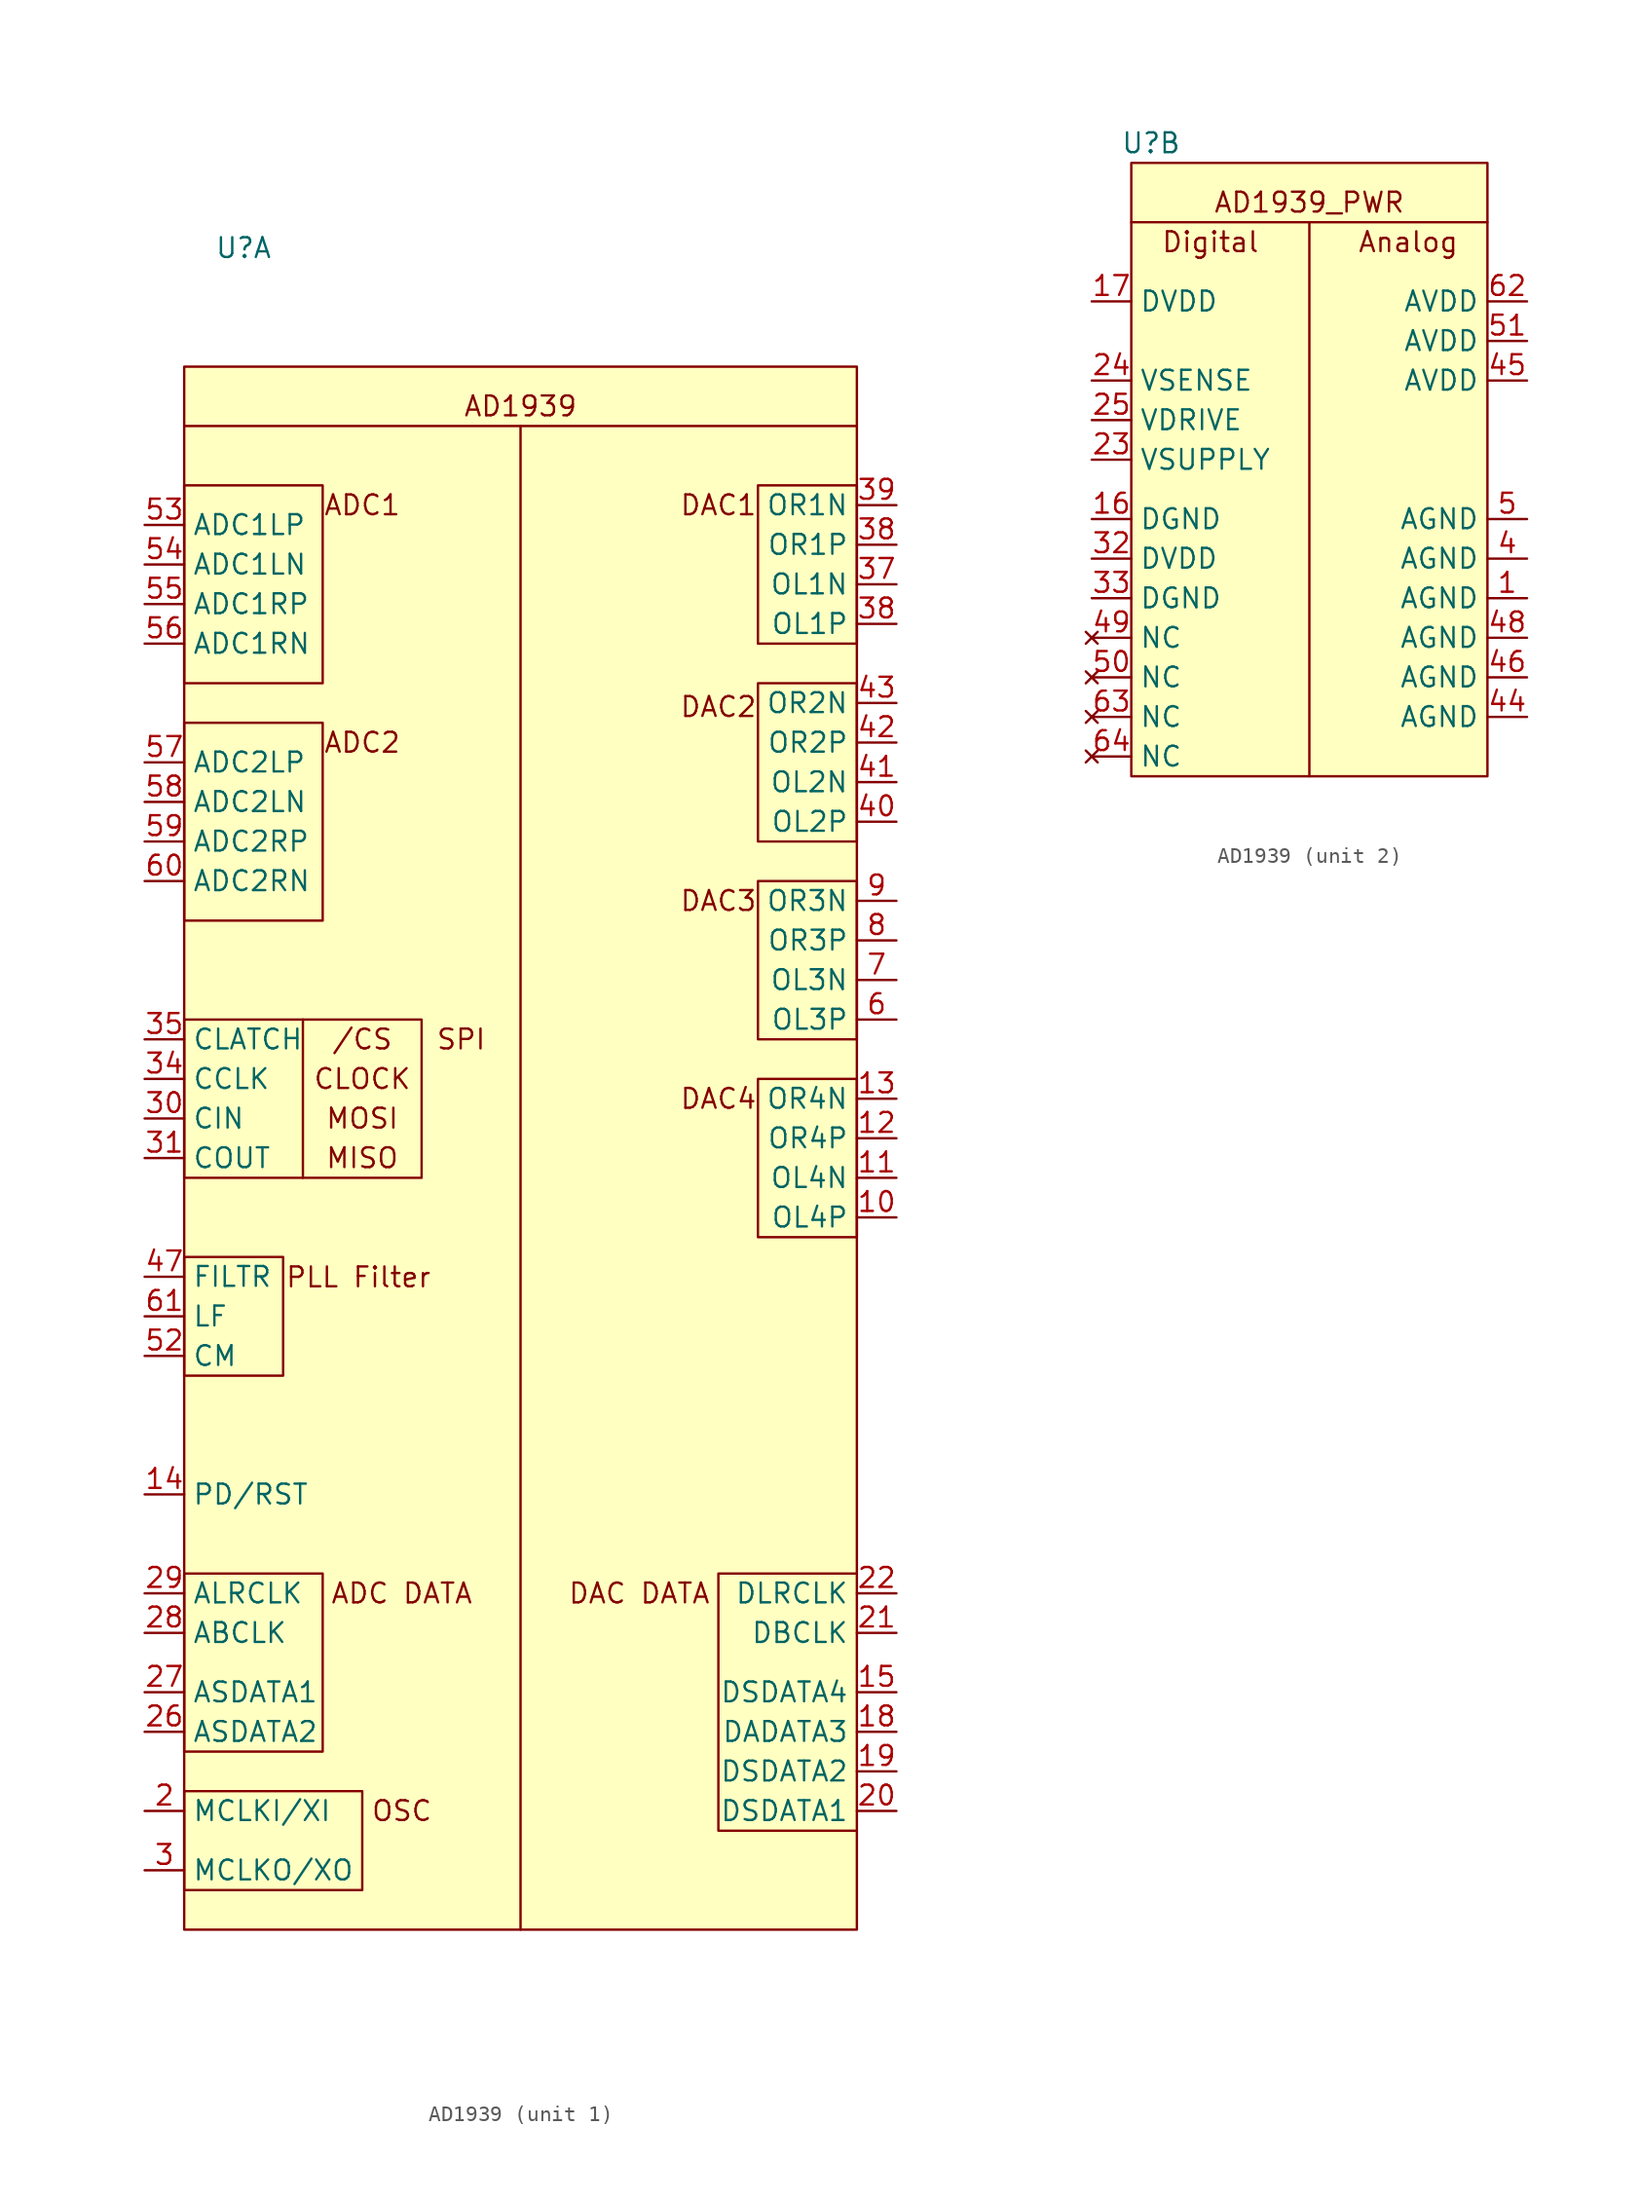
<source format=kicad_sym>
(kicad_symbol_lib
  (version 20220914)
  (generator kicad_symbol_editor)
  (symbol "AD1939"
    (property "Reference" "U"
      (at -10.16 5.08 0)
      (effects (font (size 1.27 1.27))))
    (property "Value" ""
      (at 0 0 0)
      (effects (font (size 1.27 1.27))))
    (property "ki_locked" ""
      (at 0 0 0)
      (effects (font (size 1.27 1.27))))
    (symbol "AD1939_1_1"
      (rectangle (start -13.97 -93.98) (end -2.54 -100.33) (stroke (width 0) (type default)) (fill (type none)))
      (rectangle (start -13.97 -80.01) (end -5.08 -91.44) (stroke (width 0) (type default)) (fill (type none)))
      (rectangle (start -13.97 -59.69) (end -7.62 -67.31) (stroke (width 0) (type default)) (fill (type none)))
      (rectangle (start -13.97 -44.45) (end -6.35 -54.61) (stroke (width 0) (type default)) (fill (type none)))
      (rectangle (start -13.97 -25.4) (end -5.08 -38.1) (stroke (width 0) (type default)) (fill (type none)))
      (rectangle (start -13.97 -10.16) (end -5.08 -22.86) (stroke (width 0) (type default)) (fill (type none)))
      (rectangle (start -13.97 -2.54) (end 29.21 -102.87) (stroke (width 0) (type default)) (fill (type background)))
      (polyline (pts (xy -13.97 -6.35) (xy 29.21 -6.35)) (stroke (width 0) (type default)) (fill (type none)))
      (polyline (pts (xy 7.62 -6.35) (xy 7.62 -102.87)) (stroke (width 0) (type default)) (fill (type none)))
      (polyline (pts (xy -6.35 -44.45) (xy 1.27 -44.45) (xy 1.27 -54.61) (xy -6.35 -54.61)) (stroke (width 0) (type default)) (fill (type none)))
      (polyline (pts (xy 29.21 -80.01) (xy 20.32 -80.01) (xy 20.32 -96.52) (xy 29.21 -96.52)) (stroke (width 0) (type default)) (fill (type none)))
      (rectangle (start 22.86 -48.26) (end 29.21 -58.42) (stroke (width 0) (type default)) (fill (type none)))
      (rectangle (start 22.86 -35.56) (end 29.21 -45.72) (stroke (width 0) (type default)) (fill (type none)))
      (rectangle (start 22.86 -22.86) (end 29.21 -33.02) (stroke (width 0) (type default)) (fill (type none)))
      (rectangle (start 22.86 -10.16) (end 29.21 -20.32) (stroke (width 0) (type default)) (fill (type none)))
      (text "/CS" (at -2.54 -45.72 0) (effects (font (size 1.27 1.27))))
      (text "AD1939" (at 7.62 -5.08 0) (effects (font (size 1.27 1.27))))
      (text "ADC DATA" (at 0 -81.28 0) (effects (font (size 1.27 1.27))))
      (text "ADC1\n" (at -2.54 -11.43 0) (effects (font (size 1.27 1.27))))
      (text "ADC2\n" (at -2.54 -26.67 0) (effects (font (size 1.27 1.27))))
      (text "CLOCK" (at -2.54 -48.26 0) (effects (font (size 1.27 1.27))))
      (text "DAC DATA" (at 15.24 -81.28 0) (effects (font (size 1.27 1.27))))
      (text "DAC1\n" (at 20.32 -11.43 0) (effects (font (size 1.27 1.27))))
      (text "DAC2\n\n" (at 20.32 -25.4 0) (effects (font (size 1.27 1.27))))
      (text "DAC3\n" (at 20.32 -36.83 0) (effects (font (size 1.27 1.27))))
      (text "DAC4\n" (at 20.32 -49.53 0) (effects (font (size 1.27 1.27))))
      (text "MISO" (at -2.54 -53.34 0) (effects (font (size 1.27 1.27))))
      (text "MOSI" (at -2.54 -50.8 0) (effects (font (size 1.27 1.27))))
      (text "OSC" (at 0 -95.25 0) (effects (font (size 1.27 1.27))))
      (text "PLL Filter" (at -2.784 -60.989 0) (effects (font (size 1.27 1.27))))
      (text "SPI\n" (at 3.81 -45.72 0) (effects (font (size 1.27 1.27))))
      (pin output line (at 31.75 -57.15 180) (length 2.54) (name "OL4P" (effects (font (size 1.27 1.27)))) (number "10" (effects (font (size 1.27 1.27)))))
      (pin output line (at 31.75 -54.61 180) (length 2.54) (name "OL4N" (effects (font (size 1.27 1.27)))) (number "11" (effects (font (size 1.27 1.27)))))
      (pin output line (at 31.75 -52.07 180) (length 2.54) (name "OR4P" (effects (font (size 1.27 1.27)))) (number "12" (effects (font (size 1.27 1.27)))))
      (pin output line (at 31.75 -49.53 180) (length 2.54) (name "OR4N" (effects (font (size 1.27 1.27)))) (number "13" (effects (font (size 1.27 1.27)))))
      (pin input line (at -16.51 -74.93 0) (length 2.54) (name "PD/RST" (effects (font (size 1.27 1.27)))) (number "14" (effects (font (size 1.27 1.27)))))
      (pin bidirectional line (at 31.75 -87.63 180) (length 2.54) (name "DSDATA4" (effects (font (size 1.27 1.27)))) (number "15" (effects (font (size 1.27 1.27)))))
      (pin bidirectional line (at 31.75 -90.17 180) (length 2.54) (name "DADATA3" (effects (font (size 1.27 1.27)))) (number "18" (effects (font (size 1.27 1.27)))))
      (pin bidirectional line (at 31.75 -92.71 180) (length 2.54) (name "DSDATA2" (effects (font (size 1.27 1.27)))) (number "19" (effects (font (size 1.27 1.27)))))
      (pin input line (at -16.51 -95.25 0) (length 2.54) (name "MCLKI/XI" (effects (font (size 1.27 1.27)))) (number "2" (effects (font (size 1.27 1.27)))))
      (pin input line (at 31.75 -95.25 180) (length 2.54) (name "DSDATA1" (effects (font (size 1.27 1.27)))) (number "20" (effects (font (size 1.27 1.27)))))
      (pin bidirectional line (at 31.75 -83.82 180) (length 2.54) (name "DBCLK" (effects (font (size 1.27 1.27)))) (number "21" (effects (font (size 1.27 1.27)))))
      (pin bidirectional line (at 31.75 -81.28 180) (length 2.54) (name "DLRCLK" (effects (font (size 1.27 1.27)))) (number "22" (effects (font (size 1.27 1.27)))))
      (pin bidirectional line (at -16.51 -90.17 0) (length 2.54) (name "ASDATA2" (effects (font (size 1.27 1.27)))) (number "26" (effects (font (size 1.27 1.27)))))
      (pin output line (at -16.51 -87.63 0) (length 2.54) (name "ASDATA1" (effects (font (size 1.27 1.27)))) (number "27" (effects (font (size 1.27 1.27)))))
      (pin bidirectional line (at -16.51 -83.82 0) (length 2.54) (name "ABCLK" (effects (font (size 1.27 1.27)))) (number "28" (effects (font (size 1.27 1.27)))))
      (pin bidirectional line (at -16.51 -81.28 0) (length 2.54) (name "ALRCLK" (effects (font (size 1.27 1.27)))) (number "29" (effects (font (size 1.27 1.27)))))
      (pin output line (at -16.51 -99.06 0) (length 2.54) (name "MCLKO/XO" (effects (font (size 1.27 1.27)))) (number "3" (effects (font (size 1.27 1.27)))))
      (pin input line (at -16.51 -50.8 0) (length 2.54) (name "CIN" (effects (font (size 1.27 1.27)))) (number "30" (effects (font (size 1.27 1.27)))))
      (pin bidirectional line (at -16.51 -53.34 0) (length 2.54) (name "COUT" (effects (font (size 1.27 1.27)))) (number "31" (effects (font (size 1.27 1.27)))))
      (pin input line (at -16.51 -48.26 0) (length 2.54) (name "CCLK" (effects (font (size 1.27 1.27)))) (number "34" (effects (font (size 1.27 1.27)))))
      (pin input line (at -16.51 -45.72 0) (length 2.54) (name "CLATCH" (effects (font (size 1.27 1.27)))) (number "35" (effects (font (size 1.27 1.27)))))
      (pin output line (at 31.75 -16.51 180) (length 2.54) (name "OL1N" (effects (font (size 1.27 1.27)))) (number "37" (effects (font (size 1.27 1.27)))))
      (pin output line (at 31.75 -19.05 180) (length 2.54) (name "OL1P" (effects (font (size 1.27 1.27)))) (number "38" (effects (font (size 1.27 1.27)))))
      (pin output line (at 31.75 -13.97 180) (length 2.54) (name "OR1P" (effects (font (size 1.27 1.27)))) (number "38" (effects (font (size 1.27 1.27)))))
      (pin output line (at 31.75 -11.43 180) (length 2.54) (name "OR1N" (effects (font (size 1.27 1.27)))) (number "39" (effects (font (size 1.27 1.27)))))
      (pin output line (at 31.75 -31.75 180) (length 2.54) (name "OL2P" (effects (font (size 1.27 1.27)))) (number "40" (effects (font (size 1.27 1.27)))))
      (pin output line (at 31.75 -29.21 180) (length 2.54) (name "OL2N" (effects (font (size 1.27 1.27)))) (number "41" (effects (font (size 1.27 1.27)))))
      (pin output line (at 31.75 -26.67 180) (length 2.54) (name "OR2P" (effects (font (size 1.27 1.27)))) (number "42" (effects (font (size 1.27 1.27)))))
      (pin output line (at 31.75 -24.13 180) (length 2.54) (name "OR2N" (effects (font (size 1.27 1.27)))) (number "43" (effects (font (size 1.27 1.27)))))
      (pin output line (at -16.51 -60.96 0) (length 2.54) (name "FILTR" (effects (font (size 1.27 1.27)))) (number "47" (effects (font (size 1.27 1.27)))))
      (pin output line (at -16.51 -66.04 0) (length 2.54) (name "CM" (effects (font (size 1.27 1.27)))) (number "52" (effects (font (size 1.27 1.27)))))
      (pin input line (at -16.51 -12.7 0) (length 2.54) (name "ADC1LP" (effects (font (size 1.27 1.27)))) (number "53" (effects (font (size 1.27 1.27)))))
      (pin input line (at -16.51 -15.24 0) (length 2.54) (name "ADC1LN" (effects (font (size 1.27 1.27)))) (number "54" (effects (font (size 1.27 1.27)))))
      (pin input line (at -16.51 -17.78 0) (length 2.54) (name "ADC1RP" (effects (font (size 1.27 1.27)))) (number "55" (effects (font (size 1.27 1.27)))))
      (pin input line (at -16.51 -20.32 0) (length 2.54) (name "ADC1RN" (effects (font (size 1.27 1.27)))) (number "56" (effects (font (size 1.27 1.27)))))
      (pin input line (at -16.51 -27.94 0) (length 2.54) (name "ADC2LP" (effects (font (size 1.27 1.27)))) (number "57" (effects (font (size 1.27 1.27)))))
      (pin input line (at -16.51 -30.48 0) (length 2.54) (name "ADC2LN" (effects (font (size 1.27 1.27)))) (number "58" (effects (font (size 1.27 1.27)))))
      (pin input line (at -16.51 -33.02 0) (length 2.54) (name "ADC2RP" (effects (font (size 1.27 1.27)))) (number "59" (effects (font (size 1.27 1.27)))))
      (pin output line (at 31.75 -44.45 180) (length 2.54) (name "OL3P" (effects (font (size 1.27 1.27)))) (number "6" (effects (font (size 1.27 1.27)))))
      (pin input line (at -16.51 -35.56 0) (length 2.54) (name "ADC2RN" (effects (font (size 1.27 1.27)))) (number "60" (effects (font (size 1.27 1.27)))))
      (pin output line (at -16.51 -63.5 0) (length 2.54) (name "LF" (effects (font (size 1.27 1.27)))) (number "61" (effects (font (size 1.27 1.27)))))
      (pin output line (at 31.75 -41.91 180) (length 2.54) (name "OL3N" (effects (font (size 1.27 1.27)))) (number "7" (effects (font (size 1.27 1.27)))))
      (pin output line (at 31.75 -39.37 180) (length 2.54) (name "OR3P" (effects (font (size 1.27 1.27)))) (number "8" (effects (font (size 1.27 1.27)))))
      (pin output line (at 31.75 -36.83 180) (length 2.54) (name "OR3N" (effects (font (size 1.27 1.27)))) (number "9" (effects (font (size 1.27 1.27))))))
    (symbol "AD1939_2_1"
      (rectangle (start -11.43 3.81) (end 11.43 -35.56) (stroke (width 0) (type default)) (fill (type background)))
      (polyline (pts (xy -11.43 0) (xy 11.43 0)) (stroke (width 0) (type default)) (fill (type none)))
      (polyline (pts (xy 0 0) (xy 0 -35.56)) (stroke (width 0) (type default)) (fill (type none)))
      (text "AD1939_PWR\n" (at 0 1.27 0) (effects (font (size 1.27 1.27))))
      (text "Analog" (at 6.35 -1.27 0) (effects (font (size 1.27 1.27))))
      (text "Digital\n" (at -6.35 -1.27 0) (effects (font (size 1.27 1.27))))
      (pin input line (at 13.97 -24.13 180) (length 2.54) (name "AGND" (effects (font (size 1.27 1.27)))) (number "1" (effects (font (size 1.27 1.27)))))
      (pin input line (at -13.97 -19.05 0) (length 2.54) (name "DGND" (effects (font (size 1.27 1.27)))) (number "16" (effects (font (size 1.27 1.27)))))
      (pin input line (at -13.97 -5.08 0) (length 2.54) (name "DVDD" (effects (font (size 1.27 1.27)))) (number "17" (effects (font (size 1.27 1.27)))))
      (pin input line (at -13.97 -15.24 0) (length 2.54) (name "VSUPPLY" (effects (font (size 1.27 1.27)))) (number "23" (effects (font (size 1.27 1.27)))))
      (pin input line (at -13.97 -10.16 0) (length 2.54) (name "VSENSE" (effects (font (size 1.27 1.27)))) (number "24" (effects (font (size 1.27 1.27)))))
      (pin output line (at -13.97 -12.7 0) (length 2.54) (name "VDRIVE" (effects (font (size 1.27 1.27)))) (number "25" (effects (font (size 1.27 1.27)))))
      (pin input line (at -13.97 -21.59 0) (length 2.54) (name "DVDD" (effects (font (size 1.27 1.27)))) (number "32" (effects (font (size 1.27 1.27)))))
      (pin input line (at -13.97 -24.13 0) (length 2.54) (name "DGND" (effects (font (size 1.27 1.27)))) (number "33" (effects (font (size 1.27 1.27)))))
      (pin input line (at 13.97 -21.59 180) (length 2.54) (name "AGND" (effects (font (size 1.27 1.27)))) (number "4" (effects (font (size 1.27 1.27)))))
      (pin input line (at 13.97 -31.75 180) (length 2.54) (name "AGND" (effects (font (size 1.27 1.27)))) (number "44" (effects (font (size 1.27 1.27)))))
      (pin input line (at 13.97 -10.16 180) (length 2.54) (name "AVDD" (effects (font (size 1.27 1.27)))) (number "45" (effects (font (size 1.27 1.27)))))
      (pin input line (at 13.97 -29.21 180) (length 2.54) (name "AGND" (effects (font (size 1.27 1.27)))) (number "46" (effects (font (size 1.27 1.27)))))
      (pin input line (at 13.97 -26.67 180) (length 2.54) (name "AGND" (effects (font (size 1.27 1.27)))) (number "48" (effects (font (size 1.27 1.27)))))
      (pin no_connect line (at -13.97 -26.67 0) (length 2.54) (name "NC" (effects (font (size 1.27 1.27)))) (number "49" (effects (font (size 1.27 1.27)))))
      (pin input line (at 13.97 -19.05 180) (length 2.54) (name "AGND" (effects (font (size 1.27 1.27)))) (number "5" (effects (font (size 1.27 1.27)))))
      (pin no_connect line (at -13.97 -29.21 0) (length 2.54) (name "NC" (effects (font (size 1.27 1.27)))) (number "50" (effects (font (size 1.27 1.27)))))
      (pin input line (at 13.97 -7.62 180) (length 2.54) (name "AVDD" (effects (font (size 1.27 1.27)))) (number "51" (effects (font (size 1.27 1.27)))))
      (pin input line (at 13.97 -5.08 180) (length 2.54) (name "AVDD" (effects (font (size 1.27 1.27)))) (number "62" (effects (font (size 1.27 1.27)))))
      (pin no_connect line (at -13.97 -31.75 0) (length 2.54) (name "NC" (effects (font (size 1.27 1.27)))) (number "63" (effects (font (size 1.27 1.27)))))
      (pin no_connect line (at -13.97 -34.29 0) (length 2.54) (name "NC" (effects (font (size 1.27 1.27)))) (number "64" (effects (font (size 1.27 1.27))))))))
</source>
